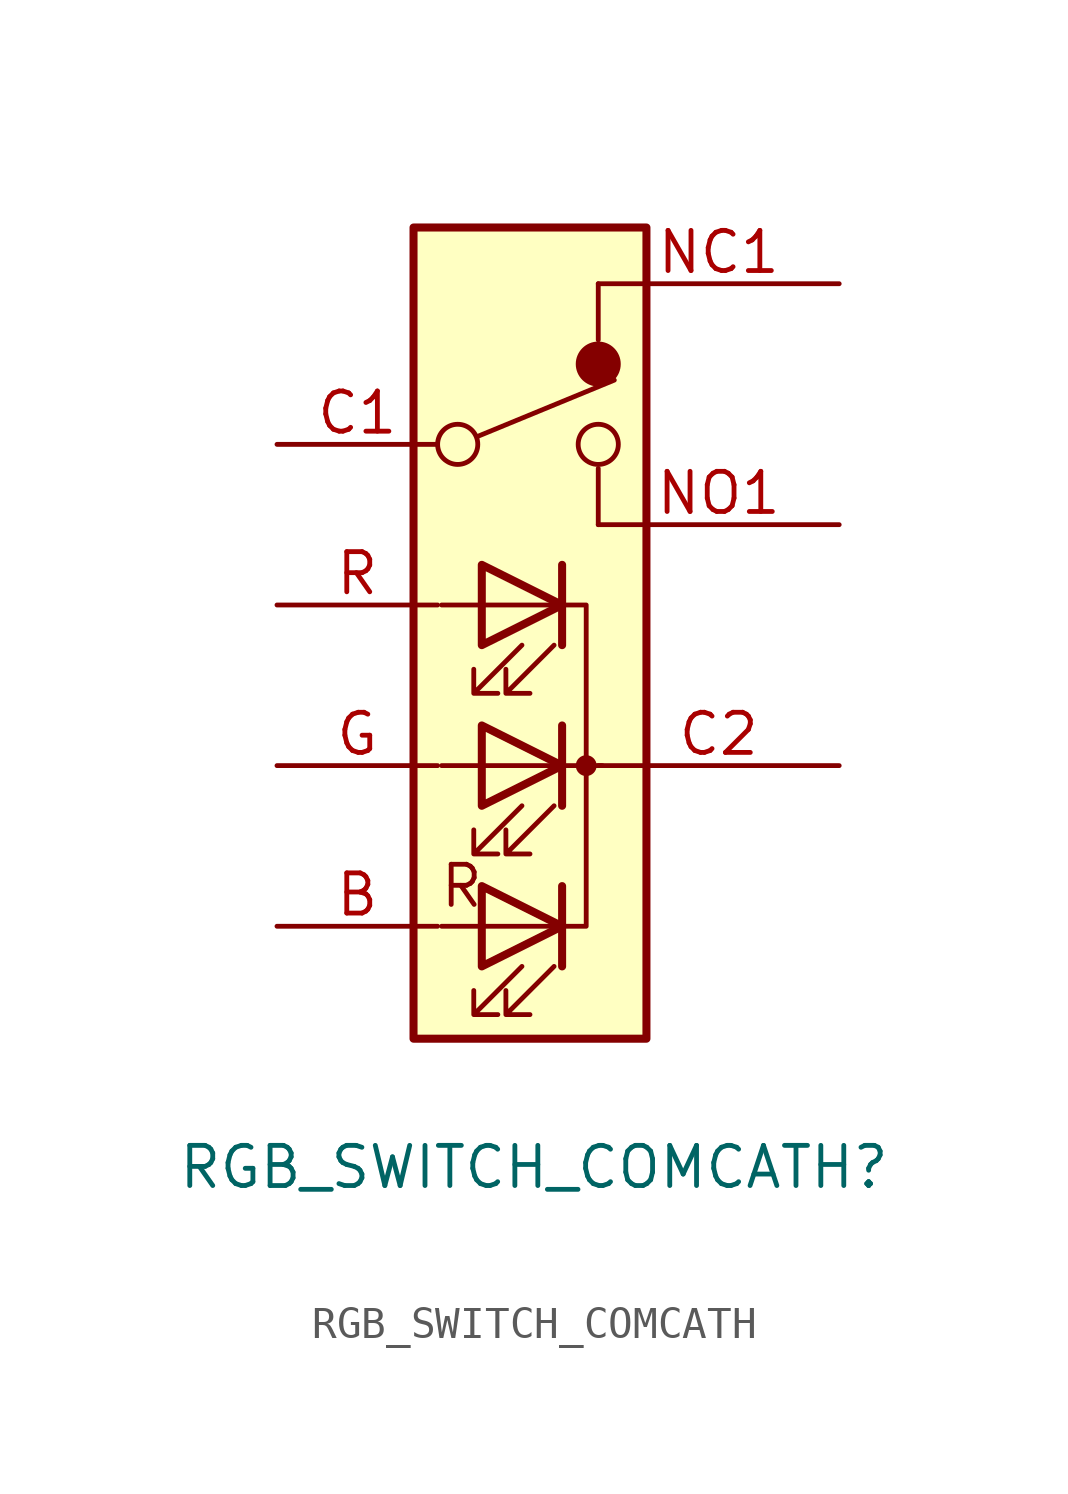
<source format=kicad_sym>
(kicad_symbol_lib
  (version 20231120)
  (generator "kicad_symbol_editor")
  (generator_version "8.0")
  (symbol "RGB_SWITCH_COMCATH"
    (property "Reference" "RGB_SWITCH_COMCATH"
      (at 0.508 -17.78 0)
      (effects (font (size 1.27 1.27))))
    (property "Value" ""
      (at 6.35 -0.635 0)
      (effects (font (size 1.27 1.27))))
    (symbol "RGB_SWITCH_COMCATH_0_0"
      (text "R" (at -1.778 -8.89 0) (effects (font (size 1.27 1.27)))))
    (symbol "RGB_SWITCH_COMCATH_0_1"
      (rectangle (start -3.302 11.938) (end 4.064 -13.716) (stroke (width 0.254) (type default)) (fill (type background)))
      (circle (center -1.905 5.08) (radius 0.635) (stroke (width 0) (type default)) (fill (type none)))
      (rectangle (start -1.143 -11.43) (end -1.143 -11.43) (stroke (width 0) (type default)) (fill (type none)))
      (rectangle (start -1.143 -8.89) (end -1.143 -11.43) (stroke (width 0) (type default)) (fill (type none)))
      (rectangle (start -1.143 -6.35) (end -1.143 -6.35) (stroke (width 0) (type default)) (fill (type none)))
      (rectangle (start -1.143 -3.81) (end -1.143 -6.35) (stroke (width 0) (type default)) (fill (type none)))
      (polyline (pts (xy -1.27 5.334) (xy 3.048 7.112)) (stroke (width 0) (type default)) (fill (type none)))
      (polyline (pts (xy -1.143 -10.16) (xy -2.413 -10.16)) (stroke (width 0) (type default)) (fill (type none)))
      (polyline (pts (xy -1.143 -5.08) (xy -2.413 -5.08)) (stroke (width 0) (type default)) (fill (type none)))
      (polyline (pts (xy -1.143 -5.08) (xy 1.397 -5.08)) (stroke (width 0) (type default)) (fill (type none)))
      (polyline (pts (xy -1.143 0) (xy -2.413 0)) (stroke (width 0) (type default)) (fill (type none)))
      (polyline (pts (xy 1.397 -11.43) (xy 1.397 -8.89)) (stroke (width 0.254) (type default)) (fill (type none)))
      (polyline (pts (xy 1.397 -10.16) (xy -1.143 -10.16)) (stroke (width 0) (type default)) (fill (type none)))
      (polyline (pts (xy 1.397 -6.35) (xy 1.397 -3.81)) (stroke (width 0.254) (type default)) (fill (type none)))
      (polyline (pts (xy 1.397 -5.08) (xy 2.667 -5.08)) (stroke (width 0) (type default)) (fill (type none)))
      (polyline (pts (xy 1.397 -1.27) (xy 1.397 1.27)) (stroke (width 0.254) (type default)) (fill (type none)))
      (polyline (pts (xy 1.397 0) (xy -1.143 0)) (stroke (width 0) (type default)) (fill (type none)))
      (polyline (pts (xy 2.54 4.318) (xy 2.54 2.54)) (stroke (width 0) (type default)) (fill (type none)))
      (polyline (pts (xy 2.54 8.382) (xy 2.54 10.16)) (stroke (width 0) (type default)) (fill (type none)))
      (polyline (pts (xy 1.397 -11.43) (xy 1.397 -8.89) (xy 1.397 -8.89)) (stroke (width 0) (type default)) (fill (type none)))
      (polyline (pts (xy 1.397 -6.35) (xy 1.397 -3.81) (xy 1.397 -3.81)) (stroke (width 0) (type default)) (fill (type none)))
      (polyline (pts (xy -1.143 -11.43) (xy -1.143 -8.89) (xy 1.397 -10.16) (xy -1.143 -11.43)) (stroke (width 0.254) (type default)) (fill (type none)))
      (polyline (pts (xy -1.143 -6.35) (xy -1.143 -3.81) (xy 1.397 -5.08) (xy -1.143 -6.35)) (stroke (width 0.254) (type default)) (fill (type none)))
      (polyline (pts (xy -1.143 -1.27) (xy -1.143 1.27) (xy 1.397 0) (xy -1.143 -1.27)) (stroke (width 0.254) (type default)) (fill (type none)))
      (polyline (pts (xy 1.397 -10.16) (xy 2.159 -10.16) (xy 2.159 0) (xy 1.143 0)) (stroke (width 0) (type default)) (fill (type none)))
      (polyline (pts (xy 0.127 -11.43) (xy -1.397 -12.954) (xy -0.635 -12.954) (xy -1.397 -12.954) (xy -1.397 -12.192)) (stroke (width 0) (type default)) (fill (type none)))
      (polyline (pts (xy 0.127 -6.35) (xy -1.397 -7.874) (xy -0.635 -7.874) (xy -1.397 -7.874) (xy -1.397 -7.112)) (stroke (width 0) (type default)) (fill (type none)))
      (polyline (pts (xy 0.127 -1.27) (xy -1.397 -2.794) (xy -0.635 -2.794) (xy -1.397 -2.794) (xy -1.397 -2.032)) (stroke (width 0) (type default)) (fill (type none)))
      (polyline (pts (xy 1.143 -11.43) (xy -0.381 -12.954) (xy 0.381 -12.954) (xy -0.381 -12.954) (xy -0.381 -12.192)) (stroke (width 0) (type default)) (fill (type none)))
      (polyline (pts (xy 1.143 -6.35) (xy -0.381 -7.874) (xy 0.381 -7.874) (xy -0.381 -7.874) (xy -0.381 -7.112)) (stroke (width 0) (type default)) (fill (type none)))
      (polyline (pts (xy 1.143 -1.27) (xy -0.381 -2.794) (xy 0.381 -2.794) (xy -0.381 -2.794) (xy -0.381 -2.032)) (stroke (width 0) (type default)) (fill (type none)))
      (circle (center 2.159 -5.08) (radius 0.254) (stroke (width 0) (type default)) (fill (type outline)))
      (circle (center 2.54 5.08) (radius 0.635) (stroke (width 0) (type default)) (fill (type none)))
      (circle (center 2.54 7.62) (radius 0.635) (stroke (width 0) (type default)) (fill (type outline))))
    (symbol "RGB_SWITCH_COMCATH_1_1"
      (pin passive line (at -7.62 -10.16 0) (length 5.08) (name "~" (effects (font (size 1.27 1.27)))) (number "B" (effects (font (size 1.27 1.27)))))
      (pin passive line (at -7.62 5.08 0) (length 5.08) (name "~" (effects (font (size 1.27 1.27)))) (number "C1" (effects (font (size 1.27 1.27)))))
      (pin passive line (at 10.16 -5.08 180) (length 7.62) (name "~" (effects (font (size 1.27 1.27)))) (number "C2" (effects (font (size 1.27 1.27)))))
      (pin passive line (at -7.62 -5.08 0) (length 5.08) (name "~" (effects (font (size 1.27 1.27)))) (number "G" (effects (font (size 1.27 1.27)))))
      (pin passive line (at 10.16 10.16 180) (length 7.62) (name "~" (effects (font (size 1.27 1.27)))) (number "NC1" (effects (font (size 1.27 1.27)))))
      (pin passive line (at 10.16 2.54 180) (length 7.62) (name "~" (effects (font (size 1.27 1.27)))) (number "NO1" (effects (font (size 1.27 1.27)))))
      (pin passive line (at -7.62 0 0) (length 5.08) (name "~" (effects (font (size 1.27 1.27)))) (number "R" (effects (font (size 1.27 1.27))))))))
</source>
